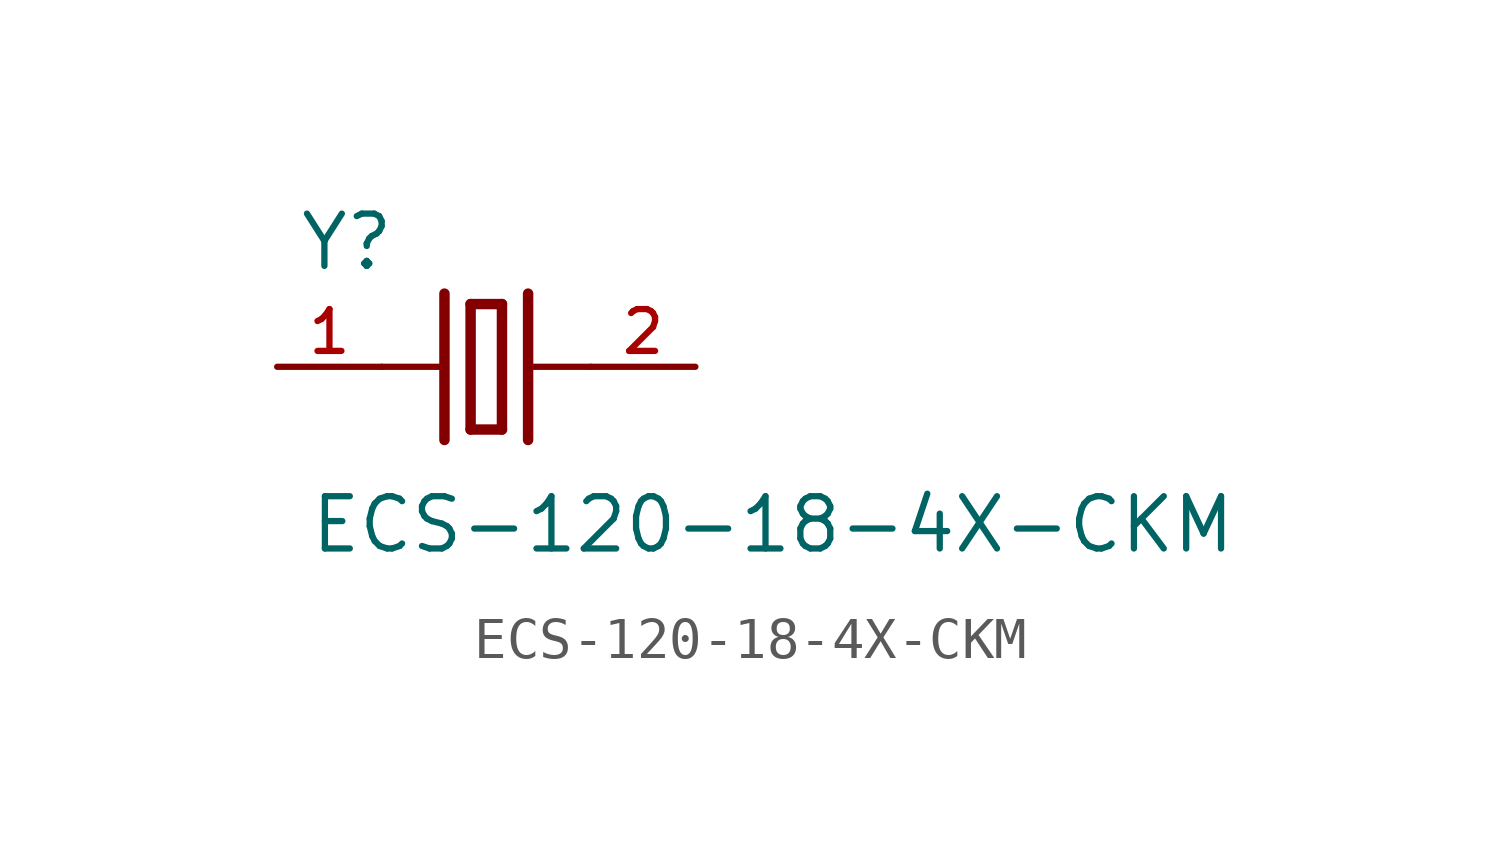
<source format=kicad_sym>
(kicad_symbol_lib
  (version 20211014)
  (generator kicad_symbol_editor)
  (symbol "ECS-120-18-4X-CKM"
    (pin_names
      (offset 1.016))
    (property "Reference" "Y"
      (at -4.577 2.288 0)
      (effects (font (size 1.27 1.27)) (justify bottom left)))
    (property "Value" "ECS-120-18-4X-CKM"
      (at -4.323 -4.577 0)
      (effects (font (size 1.27 1.27)) (justify bottom left)))
    (symbol "ECS-120-18-4X-CKM_0_0"
      (polyline (pts (xy 1.016 0.0) (xy 2.54 0.0)) (stroke (width 0.152)))
      (polyline (pts (xy -2.54 0.0) (xy -1.016 0.0)) (stroke (width 0.152)))
      (polyline (pts (xy -0.381 1.524) (xy -0.381 -1.524)) (stroke (width 0.254)))
      (polyline (pts (xy -0.381 -1.524) (xy 0.381 -1.524)) (stroke (width 0.254)))
      (polyline (pts (xy 0.381 -1.524) (xy 0.381 1.524)) (stroke (width 0.254)))
      (polyline (pts (xy 0.381 1.524) (xy -0.381 1.524)) (stroke (width 0.254)))
      (polyline (pts (xy 1.016 1.778) (xy 1.016 -1.778)) (stroke (width 0.254)))
      (polyline (pts (xy -1.016 1.778) (xy -1.016 -1.778)) (stroke (width 0.254)))
      (pin passive line (at 5.08 0.0 180.0) (length 2.54) (name "~" (effects (font (size 1.016 1.016)))) (number "2" (effects (font (size 1.016 1.016)))))
      (pin passive line (at -5.08 0.0 0) (length 2.54) (name "~" (effects (font (size 1.016 1.016)))) (number "1" (effects (font (size 1.016 1.016))))))))
</source>
